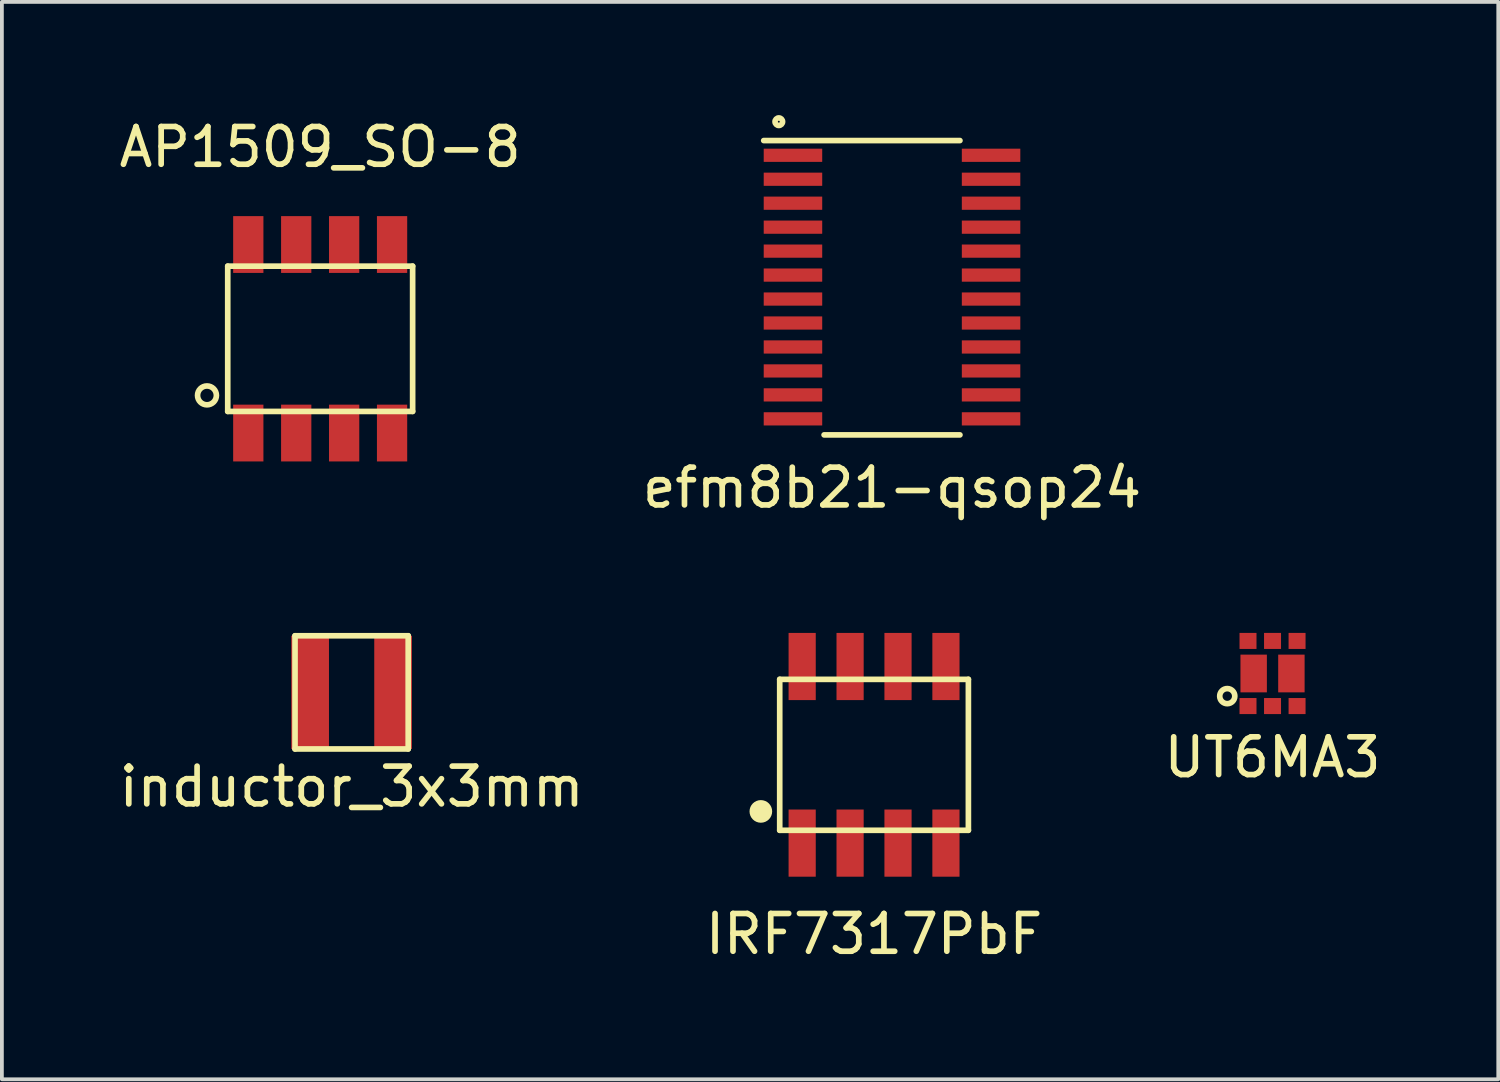
<source format=kicad_pcb>
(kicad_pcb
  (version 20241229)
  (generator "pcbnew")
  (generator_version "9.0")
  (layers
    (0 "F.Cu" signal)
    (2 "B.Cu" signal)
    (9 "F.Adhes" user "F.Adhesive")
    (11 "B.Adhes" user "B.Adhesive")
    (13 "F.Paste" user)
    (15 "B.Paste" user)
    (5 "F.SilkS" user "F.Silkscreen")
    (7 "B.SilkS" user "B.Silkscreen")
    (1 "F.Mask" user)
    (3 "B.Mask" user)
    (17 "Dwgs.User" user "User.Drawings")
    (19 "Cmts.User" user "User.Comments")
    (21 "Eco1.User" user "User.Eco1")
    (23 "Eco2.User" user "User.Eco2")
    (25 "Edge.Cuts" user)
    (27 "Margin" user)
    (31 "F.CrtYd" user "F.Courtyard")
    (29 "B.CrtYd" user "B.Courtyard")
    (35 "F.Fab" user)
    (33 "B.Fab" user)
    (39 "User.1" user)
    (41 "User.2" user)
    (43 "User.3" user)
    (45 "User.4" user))
  (footprint "IRF7317PbF"
    (layer "F.Cu")
    (at 20.113 16.953)
    (property "Reference" "IRF7317PbF" (at 0 4.75 0) (layer "F.SilkS") (effects (font (size 1 1) (thickness 0.15))))
    (attr through_hole)
    (fp_line (start -2.5 -2) (end -2.5 2) (stroke (width 0.15) (type solid)) (layer "F.SilkS"))
    (fp_line (start -2.5 2) (end 2.5 2) (stroke (width 0.15) (type solid)) (layer "F.SilkS"))
    (fp_line (start 2.5 -2) (end -2.5 -2) (stroke (width 0.15) (type solid)) (layer "F.SilkS"))
    (fp_line (start 2.5 2) (end 2.5 -2) (stroke (width 0.15) (type solid)) (layer "F.SilkS"))
    (fp_circle (center -3 1.5) (end -2.85 1.5) (stroke (width 0.3) (type solid)) (fill no) (layer "F.SilkS"))
    (pad "1" smd rect (at -1.905 2.34) (size 0.72 1.78) (layers "F.Cu" "F.Mask" "F.Paste"))
    (pad "2" smd rect (at -0.635 2.34) (size 0.72 1.78) (layers "F.Cu" "F.Mask" "F.Paste"))
    (pad "3" smd rect (at 0.635 2.34) (size 0.72 1.78) (layers "F.Cu" "F.Mask" "F.Paste"))
    (pad "4" smd rect (at 1.905 2.34) (size 0.72 1.78) (layers "F.Cu" "F.Mask" "F.Paste"))
    (pad "5" smd rect (at 1.905 -2.34) (size 0.72 1.78) (layers "F.Cu" "F.Mask" "F.Paste"))
    (pad "6" smd rect (at 0.635 -2.34) (size 0.72 1.78) (layers "F.Cu" "F.Mask" "F.Paste"))
    (pad "7" smd rect (at -0.635 -2.34) (size 0.72 1.78) (layers "F.Cu" "F.Mask" "F.Paste"))
    (pad "8" smd rect (at -1.905 -2.34) (size 0.72 1.78) (layers "F.Cu" "F.Mask" "F.Paste")))
  (footprint "AP1509_SO-8"
    (layer "F.Cu")
    (at 5.435 5.928)
    (property "Reference" "AP1509_SO-8" (at 0 -5.08 0) (layer "F.SilkS") (effects (font (size 1 1) (thickness 0.15))))
    (attr through_hole)
    (fp_line (start -2.45 -1.925) (end 2.45 -1.925) (stroke (width 0.15) (type solid)) (layer "F.SilkS"))
    (fp_line (start -2.45 1.925) (end -2.45 -1.925) (stroke (width 0.15) (type solid)) (layer "F.SilkS"))
    (fp_line (start 2.45 -1.925) (end 2.45 1.925) (stroke (width 0.15) (type solid)) (layer "F.SilkS"))
    (fp_line (start 2.45 1.925) (end -2.45 1.925) (stroke (width 0.15) (type solid)) (layer "F.SilkS"))
    (fp_circle (center -3 1.5) (end -2.75 1.5) (stroke (width 0.15) (type solid)) (fill no) (layer "F.SilkS"))
    (pad "1" smd rect (at -1.905 2.498) (size 0.802 1.505) (layers "F.Cu" "F.Mask" "F.Paste"))
    (pad "2" smd rect (at -0.635 2.498) (size 0.802 1.505) (layers "F.Cu" "F.Mask" "F.Paste"))
    (pad "3" smd rect (at 0.635 2.498) (size 0.802 1.505) (layers "F.Cu" "F.Mask" "F.Paste"))
    (pad "4" smd rect (at 1.905 2.498) (size 0.802 1.505) (layers "F.Cu" "F.Mask" "F.Paste"))
    (pad "5" smd rect (at 1.905 -2.498) (size 0.802 1.505) (layers "F.Cu" "F.Mask" "F.Paste"))
    (pad "6" smd rect (at 0.635 -2.498) (size 0.802 1.505) (layers "F.Cu" "F.Mask" "F.Paste"))
    (pad "7" smd rect (at -0.635 -2.498) (size 0.802 1.505) (layers "F.Cu" "F.Mask" "F.Paste"))
    (pad "8" smd rect (at -1.905 -2.498) (size 0.802 1.505) (layers "F.Cu" "F.Mask" "F.Paste")))
  (footprint "efm8b21-qsop24"
    (layer "F.Cu")
    (at 20.589 4.875)
    (property "Reference" "efm8b21-qsop24" (at 0 5 0) (layer "F.SilkS") (effects (font (size 1 1) (thickness 0.15))))
    (attr through_hole)
    (fp_line (start -3.4 -4.2) (end 1.8 -4.2) (stroke (width 0.15) (type solid)) (layer "F.SilkS"))
    (fp_line (start -1.8 3.6) (end 1.8 3.6) (stroke (width 0.15) (type solid)) (layer "F.SilkS"))
    (fp_circle (center -3 -4.7) (end -2.9 -4.7) (stroke (width 0.15) (type solid)) (fill no) (layer "F.SilkS"))
    (pad "1" smd rect (at -2.625 -3.81) (size 1.55 0.35) (layers "F.Cu" "F.Mask" "F.Paste"))
    (pad "2" smd rect (at -2.625 -3.175) (size 1.55 0.35) (layers "F.Cu" "F.Mask" "F.Paste"))
    (pad "3" smd rect (at -2.625 -2.54) (size 1.55 0.35) (layers "F.Cu" "F.Mask" "F.Paste"))
    (pad "4" smd rect (at -2.625 -1.905) (size 1.55 0.35) (layers "F.Cu" "F.Mask" "F.Paste"))
    (pad "5" smd rect (at -2.625 -1.27) (size 1.55 0.35) (layers "F.Cu" "F.Mask" "F.Paste"))
    (pad "6" smd rect (at -2.625 -0.635) (size 1.55 0.35) (layers "F.Cu" "F.Mask" "F.Paste"))
    (pad "7" smd rect (at -2.625 0) (size 1.55 0.35) (layers "F.Cu" "F.Mask" "F.Paste"))
    (pad "8" smd rect (at -2.625 0.635) (size 1.55 0.35) (layers "F.Cu" "F.Mask" "F.Paste"))
    (pad "9" smd rect (at -2.625 1.27) (size 1.55 0.35) (layers "F.Cu" "F.Mask" "F.Paste"))
    (pad "10" smd rect (at -2.625 1.905) (size 1.55 0.35) (layers "F.Cu" "F.Mask" "F.Paste"))
    (pad "11" smd rect (at -2.625 2.54) (size 1.55 0.35) (layers "F.Cu" "F.Mask" "F.Paste"))
    (pad "12" smd rect (at -2.625 3.175) (size 1.55 0.35) (layers "F.Cu" "F.Mask" "F.Paste"))
    (pad "13" smd rect (at 2.625 3.175) (size 1.55 0.35) (layers "F.Cu" "F.Mask" "F.Paste"))
    (pad "14" smd rect (at 2.625 2.54) (size 1.55 0.35) (layers "F.Cu" "F.Mask" "F.Paste"))
    (pad "15" smd rect (at 2.625 1.905) (size 1.55 0.35) (layers "F.Cu" "F.Mask" "F.Paste"))
    (pad "16" smd rect (at 2.625 1.27) (size 1.55 0.35) (layers "F.Cu" "F.Mask" "F.Paste"))
    (pad "17" smd rect (at 2.625 0.635) (size 1.55 0.35) (layers "F.Cu" "F.Mask" "F.Paste"))
    (pad "18" smd rect (at 2.625 0) (size 1.55 0.35) (layers "F.Cu" "F.Mask" "F.Paste"))
    (pad "19" smd rect (at 2.625 -0.635) (size 1.55 0.35) (layers "F.Cu" "F.Mask" "F.Paste"))
    (pad "20" smd rect (at 2.625 -1.27) (size 1.55 0.35) (layers "F.Cu" "F.Mask" "F.Paste"))
    (pad "21" smd rect (at 2.625 -1.905) (size 1.55 0.35) (layers "F.Cu" "F.Mask" "F.Paste"))
    (pad "22" smd rect (at 2.625 -2.54) (size 1.55 0.35) (layers "F.Cu" "F.Mask" "F.Paste"))
    (pad "23" smd rect (at 2.625 -3.175) (size 1.55 0.35) (layers "F.Cu" "F.Mask" "F.Paste"))
    (pad "24" smd rect (at 2.625 -3.81) (size 1.55 0.35) (layers "F.Cu" "F.Mask" "F.Paste")))
  (footprint "inductor_3x3mm"
    (layer "F.Cu")
    (at 6.268 15.298)
    (property "Reference" "inductor_3x3mm" (at 0 2.5 0) (layer "F.SilkS") (effects (font (size 1 1) (thickness 0.15))))
    (attr through_hole)
    (fp_line (start -1.5 -1.5) (end 1.5 -1.5) (stroke (width 0.15) (type solid)) (layer "F.SilkS"))
    (fp_line (start -1.5 1.5) (end -1.5 -1.5) (stroke (width 0.15) (type solid)) (layer "F.SilkS"))
    (fp_line (start 1.5 -1.5) (end 1.5 1.5) (stroke (width 0.15) (type solid)) (layer "F.SilkS"))
    (fp_line (start 1.5 1.5) (end -1.5 1.5) (stroke (width 0.15) (type solid)) (layer "F.SilkS"))
    (pad "1" smd rect (at -1.1 0) (size 1 3) (layers "F.Cu" "F.Mask" "F.Paste"))
    (pad "2" smd rect (at 1.1 0) (size 1 3) (layers "F.Cu" "F.Mask" "F.Paste")))
  (footprint "UT6MA3"
    (layer "F.Cu")
    (at 30.673 14.798)
    (property "Reference" "UT6MA3" (at 0 2.223 0) (layer "F.SilkS") (effects (font (size 1 1) (thickness 0.15))))
    (attr through_hole)
    (fp_circle (center -1.2 0.6) (end -1 0.6) (stroke (width 0.15) (type solid)) (fill no) (layer "F.SilkS"))
    (pad "1" smd rect (at -0.65 0.863) (size 0.45 0.425) (layers "F.Cu" "F.Mask" "F.Paste"))
    (pad "2" smd rect (at 0 0.863) (size 0.45 0.425) (layers "F.Cu" "F.Mask" "F.Paste"))
    (pad "3" smd rect (at 0.65 0.863) (size 0.45 0.425) (layers "F.Cu" "F.Mask" "F.Paste"))
    (pad "4" smd rect (at 0.65 -0.863) (size 0.45 0.425) (layers "F.Cu" "F.Mask" "F.Paste"))
    (pad "5" smd rect (at 0 -0.863) (size 0.45 0.425) (layers "F.Cu" "F.Mask" "F.Paste"))
    (pad "6" smd rect (at -0.65 -0.863) (size 0.45 0.425) (layers "F.Cu" "F.Mask" "F.Paste"))
    (pad "7" smd rect (at -0.5 0) (size 0.7 1) (layers "F.Cu" "F.Mask" "F.Paste"))
    (pad "8" smd rect (at 0.5 0) (size 0.7 1) (layers "F.Cu" "F.Mask" "F.Paste")))
  (gr_rect
    (start -3 -3)
    (end 36.655 25.552)
    (stroke (width 0.1) (type default))
    (fill no)
    (layer "Edge.Cuts")))
</source>
